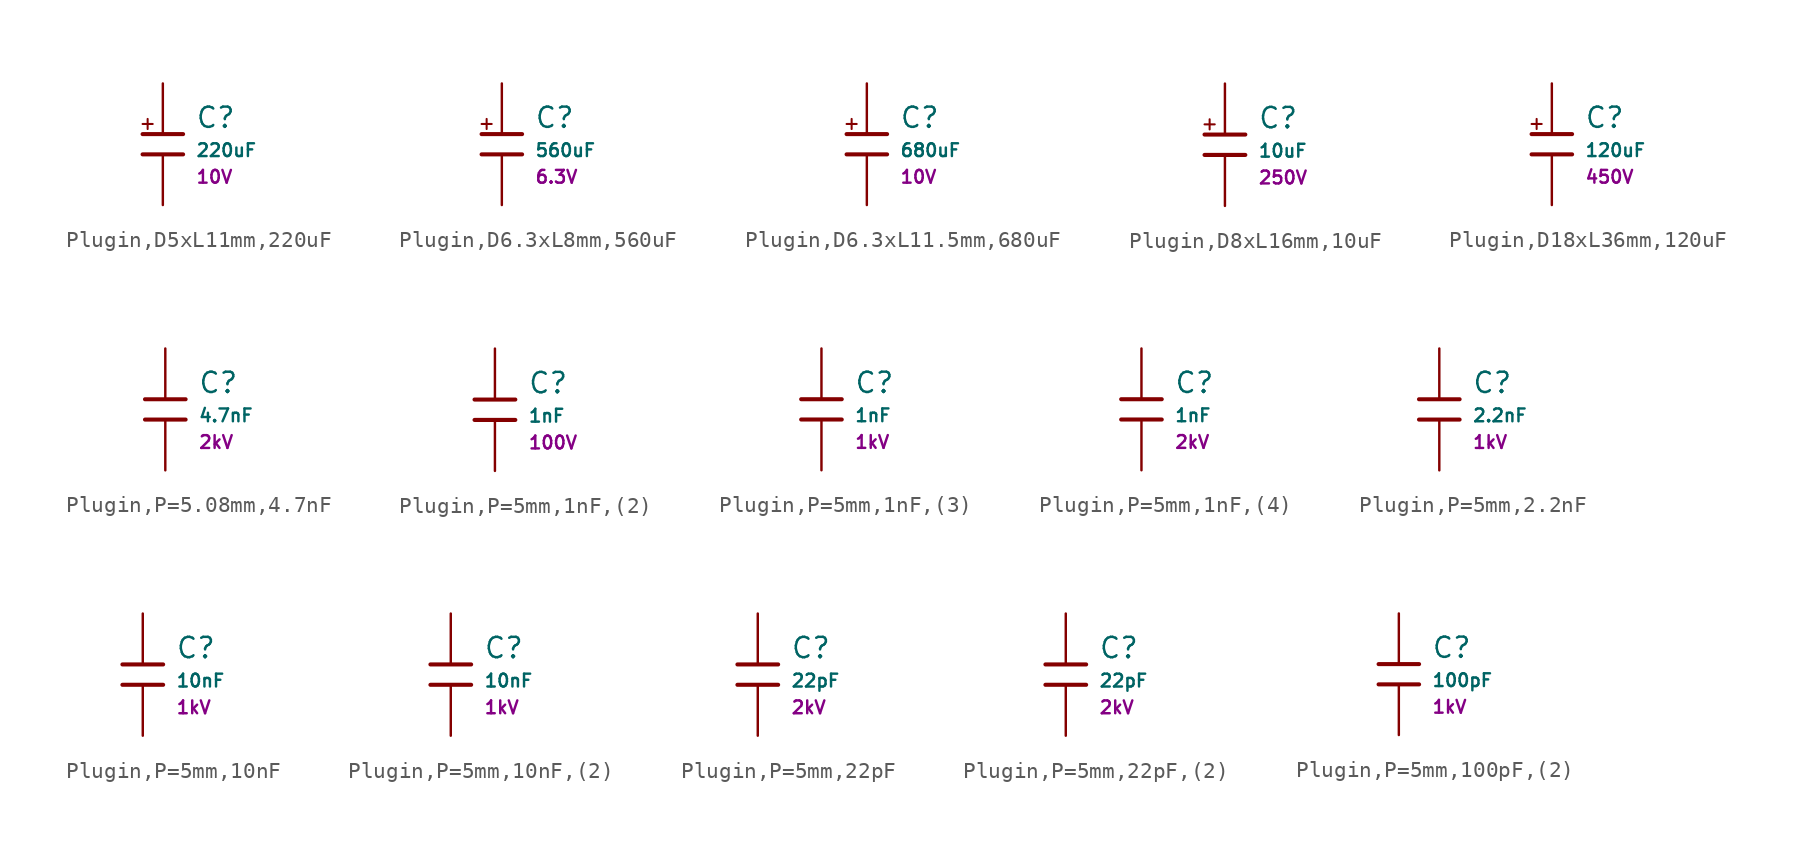
<source format=kicad_sym>
(kicad_symbol_lib
  (version 20231120)
  (generator "CDFER")
  (generator_version "8.0")
  (symbol "Plugin,D5xL11mm,220uF"
    (pin_numbers hide)
    (pin_names
      (offset 0))
    (property "Reference" "C"
      (at 2.032 1.668 0)
      (effects (font (size 1.27 1.27)) (justify left)))
    (property "Value" "220uF"
      (at 2.032 -0.378 0)
      (effects (font (size 0.8 0.8)) (justify left)))
    (property "Voltage Rated" "10V"
      (at 2.032 -2.046 0)
      (effects (font (size 0.8 0.8)) (justify left)))
    (symbol "Plugin,D5xL11mm,220uF_0_1"
      (polyline (pts (xy -1.27 0.635) (xy 1.27 0.635)) (stroke (width 0.254) (type default)) (fill (type none))))
    (symbol "Plugin,D5xL11mm,220uF_0_1"
      (polyline (pts (xy -1.27 -0.635) (xy 1.27 -0.635)) (stroke (width 0.254) (type default)) (fill (type none))))
    (symbol "Plugin,D5xL11mm,220uF_0_1"
      (polyline (pts (xy -1.27 1.27) (xy -0.635 1.27)) (stroke (width 0.127) (type default)) (fill (type none))))
    (symbol "Plugin,D5xL11mm,220uF_0_1"
      (polyline (pts (xy -0.953 1.587) (xy -0.953 0.953)) (stroke (width 0.127) (type default)) (fill (type none))))
    (symbol "Plugin,D5xL11mm,220uF_1_1"
      (pin passive line (at 0 3.81 270) (length 3.175) (name "~" (effects (font (size 1.27 1.27)))) (number "1" (effects (font (size 1.27 1.27)))))
      (pin passive line (at 0 -3.81 90) (length 3.175) (name "~" (effects (font (size 1.27 1.27)))) (number "2" (effects (font (size 1.27 1.27)))))))
  (symbol "Plugin,D6.3xL8mm,560uF"
    (pin_numbers hide)
    (pin_names
      (offset 0))
    (property "Reference" "C"
      (at 2.032 1.668 0)
      (effects (font (size 1.27 1.27)) (justify left)))
    (property "Value" "560uF"
      (at 2.032 -0.378 0)
      (effects (font (size 0.8 0.8)) (justify left)))
    (property "Voltage Rated" "6.3V"
      (at 2.032 -2.046 0)
      (effects (font (size 0.8 0.8)) (justify left)))
    (symbol "Plugin,D6.3xL8mm,560uF_0_1"
      (polyline (pts (xy -1.27 0.635) (xy 1.27 0.635)) (stroke (width 0.254) (type default)) (fill (type none))))
    (symbol "Plugin,D6.3xL8mm,560uF_0_1"
      (polyline (pts (xy -1.27 -0.635) (xy 1.27 -0.635)) (stroke (width 0.254) (type default)) (fill (type none))))
    (symbol "Plugin,D6.3xL8mm,560uF_0_1"
      (polyline (pts (xy -1.27 1.27) (xy -0.635 1.27)) (stroke (width 0.127) (type default)) (fill (type none))))
    (symbol "Plugin,D6.3xL8mm,560uF_0_1"
      (polyline (pts (xy -0.953 1.587) (xy -0.953 0.953)) (stroke (width 0.127) (type default)) (fill (type none))))
    (symbol "Plugin,D6.3xL8mm,560uF_1_1"
      (pin passive line (at 0 3.81 270) (length 3.175) (name "~" (effects (font (size 1.27 1.27)))) (number "1" (effects (font (size 1.27 1.27)))))
      (pin passive line (at 0 -3.81 90) (length 3.175) (name "~" (effects (font (size 1.27 1.27)))) (number "2" (effects (font (size 1.27 1.27)))))))
  (symbol "Plugin,D6.3xL11.5mm,680uF"
    (pin_numbers hide)
    (pin_names
      (offset 0))
    (property "Reference" "C"
      (at 2.032 1.668 0)
      (effects (font (size 1.27 1.27)) (justify left)))
    (property "Value" "680uF"
      (at 2.032 -0.378 0)
      (effects (font (size 0.8 0.8)) (justify left)))
    (property "Voltage Rated" "10V"
      (at 2.032 -2.046 0)
      (effects (font (size 0.8 0.8)) (justify left)))
    (symbol "Plugin,D6.3xL11.5mm,680uF_0_1"
      (polyline (pts (xy -1.27 0.635) (xy 1.27 0.635)) (stroke (width 0.254) (type default)) (fill (type none))))
    (symbol "Plugin,D6.3xL11.5mm,680uF_0_1"
      (polyline (pts (xy -1.27 -0.635) (xy 1.27 -0.635)) (stroke (width 0.254) (type default)) (fill (type none))))
    (symbol "Plugin,D6.3xL11.5mm,680uF_0_1"
      (polyline (pts (xy -1.27 1.27) (xy -0.635 1.27)) (stroke (width 0.127) (type default)) (fill (type none))))
    (symbol "Plugin,D6.3xL11.5mm,680uF_0_1"
      (polyline (pts (xy -0.953 1.587) (xy -0.953 0.953)) (stroke (width 0.127) (type default)) (fill (type none))))
    (symbol "Plugin,D6.3xL11.5mm,680uF_1_1"
      (pin passive line (at 0 3.81 270) (length 3.175) (name "~" (effects (font (size 1.27 1.27)))) (number "1" (effects (font (size 1.27 1.27)))))
      (pin passive line (at 0 -3.81 90) (length 3.175) (name "~" (effects (font (size 1.27 1.27)))) (number "2" (effects (font (size 1.27 1.27)))))))
  (symbol "Plugin,D8xL16mm,10uF"
    (pin_numbers hide)
    (pin_names
      (offset 0))
    (property "Reference" "C"
      (at 2.032 1.668 0)
      (effects (font (size 1.27 1.27)) (justify left)))
    (property "Value" "10uF"
      (at 2.032 -0.378 0)
      (effects (font (size 0.8 0.8)) (justify left)))
    (property "Voltage Rated" "250V"
      (at 2.032 -2.046 0)
      (effects (font (size 0.8 0.8)) (justify left)))
    (symbol "Plugin,D8xL16mm,10uF_0_1"
      (polyline (pts (xy -1.27 0.635) (xy 1.27 0.635)) (stroke (width 0.254) (type default)) (fill (type none))))
    (symbol "Plugin,D8xL16mm,10uF_0_1"
      (polyline (pts (xy -1.27 -0.635) (xy 1.27 -0.635)) (stroke (width 0.254) (type default)) (fill (type none))))
    (symbol "Plugin,D8xL16mm,10uF_0_1"
      (polyline (pts (xy -1.27 1.27) (xy -0.635 1.27)) (stroke (width 0.127) (type default)) (fill (type none))))
    (symbol "Plugin,D8xL16mm,10uF_0_1"
      (polyline (pts (xy -0.953 1.587) (xy -0.953 0.953)) (stroke (width 0.127) (type default)) (fill (type none))))
    (symbol "Plugin,D8xL16mm,10uF_1_1"
      (pin passive line (at 0 3.81 270) (length 3.175) (name "~" (effects (font (size 1.27 1.27)))) (number "1" (effects (font (size 1.27 1.27)))))
      (pin passive line (at 0 -3.81 90) (length 3.175) (name "~" (effects (font (size 1.27 1.27)))) (number "2" (effects (font (size 1.27 1.27)))))))
  (symbol "Plugin,D18xL36mm,120uF"
    (pin_numbers hide)
    (pin_names
      (offset 0))
    (property "Reference" "C"
      (at 2.032 1.668 0)
      (effects (font (size 1.27 1.27)) (justify left)))
    (property "Value" "120uF"
      (at 2.032 -0.378 0)
      (effects (font (size 0.8 0.8)) (justify left)))
    (property "Voltage Rated" "450V"
      (at 2.032 -2.046 0)
      (effects (font (size 0.8 0.8)) (justify left)))
    (symbol "Plugin,D18xL36mm,120uF_0_1"
      (polyline (pts (xy -1.27 0.635) (xy 1.27 0.635)) (stroke (width 0.254) (type default)) (fill (type none))))
    (symbol "Plugin,D18xL36mm,120uF_0_1"
      (polyline (pts (xy -1.27 -0.635) (xy 1.27 -0.635)) (stroke (width 0.254) (type default)) (fill (type none))))
    (symbol "Plugin,D18xL36mm,120uF_0_1"
      (polyline (pts (xy -1.27 1.27) (xy -0.635 1.27)) (stroke (width 0.127) (type default)) (fill (type none))))
    (symbol "Plugin,D18xL36mm,120uF_0_1"
      (polyline (pts (xy -0.953 1.587) (xy -0.953 0.953)) (stroke (width 0.127) (type default)) (fill (type none))))
    (symbol "Plugin,D18xL36mm,120uF_1_1"
      (pin passive line (at 0 3.81 270) (length 3.175) (name "~" (effects (font (size 1.27 1.27)))) (number "1" (effects (font (size 1.27 1.27)))))
      (pin passive line (at 0 -3.81 90) (length 3.175) (name "~" (effects (font (size 1.27 1.27)))) (number "2" (effects (font (size 1.27 1.27)))))))
  (symbol "Plugin,P=5.08mm,4.7nF"
    (pin_numbers hide)
    (pin_names
      (offset 0))
    (property "Reference" "C"
      (at 2.032 1.668 0)
      (effects (font (size 1.27 1.27)) (justify left)))
    (property "Value" "4.7nF"
      (at 2.032 -0.378 0)
      (effects (font (size 0.8 0.8)) (justify left)))
    (property "Voltage Rated" "2kV"
      (at 2.032 -2.046 0)
      (effects (font (size 0.8 0.8)) (justify left)))
    (symbol "Plugin,P=5.08mm,4.7nF_0_1"
      (polyline (pts (xy -1.27 0.635) (xy 1.27 0.635)) (stroke (width 0.254) (type default)) (fill (type none))))
    (symbol "Plugin,P=5.08mm,4.7nF_0_1"
      (polyline (pts (xy -1.27 -0.635) (xy 1.27 -0.635)) (stroke (width 0.254) (type default)) (fill (type none))))
    (symbol "Plugin,P=5.08mm,4.7nF_1_1"
      (pin passive line (at 0 3.81 270) (length 3.175) (name "~" (effects (font (size 1.27 1.27)))) (number "1" (effects (font (size 1.27 1.27)))))
      (pin passive line (at 0 -3.81 90) (length 3.175) (name "~" (effects (font (size 1.27 1.27)))) (number "2" (effects (font (size 1.27 1.27)))))))
  (symbol "Plugin,P=5mm,1nF,(2)"
    (pin_numbers hide)
    (pin_names
      (offset 0))
    (property "Reference" "C"
      (at 2.032 1.668 0)
      (effects (font (size 1.27 1.27)) (justify left)))
    (property "Value" "1nF"
      (at 2.032 -0.378 0)
      (effects (font (size 0.8 0.8)) (justify left)))
    (property "Voltage Rated" "100V"
      (at 2.032 -2.046 0)
      (effects (font (size 0.8 0.8)) (justify left)))
    (symbol "Plugin,P=5mm,1nF,(2)_0_1"
      (polyline (pts (xy -1.27 0.635) (xy 1.27 0.635)) (stroke (width 0.254) (type default)) (fill (type none))))
    (symbol "Plugin,P=5mm,1nF,(2)_0_1"
      (polyline (pts (xy -1.27 -0.635) (xy 1.27 -0.635)) (stroke (width 0.254) (type default)) (fill (type none))))
    (symbol "Plugin,P=5mm,1nF,(2)_1_1"
      (pin passive line (at 0 3.81 270) (length 3.175) (name "~" (effects (font (size 1.27 1.27)))) (number "1" (effects (font (size 1.27 1.27)))))
      (pin passive line (at 0 -3.81 90) (length 3.175) (name "~" (effects (font (size 1.27 1.27)))) (number "2" (effects (font (size 1.27 1.27)))))))
  (symbol "Plugin,P=5mm,1nF,(3)"
    (pin_numbers hide)
    (pin_names
      (offset 0))
    (property "Reference" "C"
      (at 2.032 1.668 0)
      (effects (font (size 1.27 1.27)) (justify left)))
    (property "Value" "1nF"
      (at 2.032 -0.378 0)
      (effects (font (size 0.8 0.8)) (justify left)))
    (property "Voltage Rated" "1kV"
      (at 2.032 -2.046 0)
      (effects (font (size 0.8 0.8)) (justify left)))
    (symbol "Plugin,P=5mm,1nF,(3)_0_1"
      (polyline (pts (xy -1.27 0.635) (xy 1.27 0.635)) (stroke (width 0.254) (type default)) (fill (type none))))
    (symbol "Plugin,P=5mm,1nF,(3)_0_1"
      (polyline (pts (xy -1.27 -0.635) (xy 1.27 -0.635)) (stroke (width 0.254) (type default)) (fill (type none))))
    (symbol "Plugin,P=5mm,1nF,(3)_1_1"
      (pin passive line (at 0 3.81 270) (length 3.175) (name "~" (effects (font (size 1.27 1.27)))) (number "1" (effects (font (size 1.27 1.27)))))
      (pin passive line (at 0 -3.81 90) (length 3.175) (name "~" (effects (font (size 1.27 1.27)))) (number "2" (effects (font (size 1.27 1.27)))))))
  (symbol "Plugin,P=5mm,1nF,(4)"
    (pin_numbers hide)
    (pin_names
      (offset 0))
    (property "Reference" "C"
      (at 2.032 1.668 0)
      (effects (font (size 1.27 1.27)) (justify left)))
    (property "Value" "1nF"
      (at 2.032 -0.378 0)
      (effects (font (size 0.8 0.8)) (justify left)))
    (property "Voltage Rated" "2kV"
      (at 2.032 -2.046 0)
      (effects (font (size 0.8 0.8)) (justify left)))
    (symbol "Plugin,P=5mm,1nF,(4)_0_1"
      (polyline (pts (xy -1.27 0.635) (xy 1.27 0.635)) (stroke (width 0.254) (type default)) (fill (type none))))
    (symbol "Plugin,P=5mm,1nF,(4)_0_1"
      (polyline (pts (xy -1.27 -0.635) (xy 1.27 -0.635)) (stroke (width 0.254) (type default)) (fill (type none))))
    (symbol "Plugin,P=5mm,1nF,(4)_1_1"
      (pin passive line (at 0 3.81 270) (length 3.175) (name "~" (effects (font (size 1.27 1.27)))) (number "1" (effects (font (size 1.27 1.27)))))
      (pin passive line (at 0 -3.81 90) (length 3.175) (name "~" (effects (font (size 1.27 1.27)))) (number "2" (effects (font (size 1.27 1.27)))))))
  (symbol "Plugin,P=5mm,2.2nF"
    (pin_numbers hide)
    (pin_names
      (offset 0))
    (property "Reference" "C"
      (at 2.032 1.668 0)
      (effects (font (size 1.27 1.27)) (justify left)))
    (property "Value" "2.2nF"
      (at 2.032 -0.378 0)
      (effects (font (size 0.8 0.8)) (justify left)))
    (property "Voltage Rated" "1kV"
      (at 2.032 -2.046 0)
      (effects (font (size 0.8 0.8)) (justify left)))
    (symbol "Plugin,P=5mm,2.2nF_0_1"
      (polyline (pts (xy -1.27 0.635) (xy 1.27 0.635)) (stroke (width 0.254) (type default)) (fill (type none))))
    (symbol "Plugin,P=5mm,2.2nF_0_1"
      (polyline (pts (xy -1.27 -0.635) (xy 1.27 -0.635)) (stroke (width 0.254) (type default)) (fill (type none))))
    (symbol "Plugin,P=5mm,2.2nF_1_1"
      (pin passive line (at 0 3.81 270) (length 3.175) (name "~" (effects (font (size 1.27 1.27)))) (number "1" (effects (font (size 1.27 1.27)))))
      (pin passive line (at 0 -3.81 90) (length 3.175) (name "~" (effects (font (size 1.27 1.27)))) (number "2" (effects (font (size 1.27 1.27)))))))
  (symbol "Plugin,P=5mm,10nF"
    (pin_numbers hide)
    (pin_names
      (offset 0))
    (property "Reference" "C"
      (at 2.032 1.668 0)
      (effects (font (size 1.27 1.27)) (justify left)))
    (property "Value" "10nF"
      (at 2.032 -0.378 0)
      (effects (font (size 0.8 0.8)) (justify left)))
    (property "Voltage Rated" "1kV"
      (at 2.032 -2.046 0)
      (effects (font (size 0.8 0.8)) (justify left)))
    (symbol "Plugin,P=5mm,10nF_0_1"
      (polyline (pts (xy -1.27 0.635) (xy 1.27 0.635)) (stroke (width 0.254) (type default)) (fill (type none))))
    (symbol "Plugin,P=5mm,10nF_0_1"
      (polyline (pts (xy -1.27 -0.635) (xy 1.27 -0.635)) (stroke (width 0.254) (type default)) (fill (type none))))
    (symbol "Plugin,P=5mm,10nF_1_1"
      (pin passive line (at 0 3.81 270) (length 3.175) (name "~" (effects (font (size 1.27 1.27)))) (number "1" (effects (font (size 1.27 1.27)))))
      (pin passive line (at 0 -3.81 90) (length 3.175) (name "~" (effects (font (size 1.27 1.27)))) (number "2" (effects (font (size 1.27 1.27)))))))
  (symbol "Plugin,P=5mm,10nF,(2)"
    (pin_numbers hide)
    (pin_names
      (offset 0))
    (property "Reference" "C"
      (at 2.032 1.668 0)
      (effects (font (size 1.27 1.27)) (justify left)))
    (property "Value" "10nF"
      (at 2.032 -0.378 0)
      (effects (font (size 0.8 0.8)) (justify left)))
    (property "Voltage Rated" "1kV"
      (at 2.032 -2.046 0)
      (effects (font (size 0.8 0.8)) (justify left)))
    (symbol "Plugin,P=5mm,10nF,(2)_0_1"
      (polyline (pts (xy -1.27 0.635) (xy 1.27 0.635)) (stroke (width 0.254) (type default)) (fill (type none))))
    (symbol "Plugin,P=5mm,10nF,(2)_0_1"
      (polyline (pts (xy -1.27 -0.635) (xy 1.27 -0.635)) (stroke (width 0.254) (type default)) (fill (type none))))
    (symbol "Plugin,P=5mm,10nF,(2)_1_1"
      (pin passive line (at 0 3.81 270) (length 3.175) (name "~" (effects (font (size 1.27 1.27)))) (number "1" (effects (font (size 1.27 1.27)))))
      (pin passive line (at 0 -3.81 90) (length 3.175) (name "~" (effects (font (size 1.27 1.27)))) (number "2" (effects (font (size 1.27 1.27)))))))
  (symbol "Plugin,P=5mm,22pF"
    (pin_numbers hide)
    (pin_names
      (offset 0))
    (property "Reference" "C"
      (at 2.032 1.668 0)
      (effects (font (size 1.27 1.27)) (justify left)))
    (property "Value" "22pF"
      (at 2.032 -0.378 0)
      (effects (font (size 0.8 0.8)) (justify left)))
    (property "Voltage Rated" "2kV"
      (at 2.032 -2.046 0)
      (effects (font (size 0.8 0.8)) (justify left)))
    (symbol "Plugin,P=5mm,22pF_0_1"
      (polyline (pts (xy -1.27 0.635) (xy 1.27 0.635)) (stroke (width 0.254) (type default)) (fill (type none))))
    (symbol "Plugin,P=5mm,22pF_0_1"
      (polyline (pts (xy -1.27 -0.635) (xy 1.27 -0.635)) (stroke (width 0.254) (type default)) (fill (type none))))
    (symbol "Plugin,P=5mm,22pF_1_1"
      (pin passive line (at 0 3.81 270) (length 3.175) (name "~" (effects (font (size 1.27 1.27)))) (number "1" (effects (font (size 1.27 1.27)))))
      (pin passive line (at 0 -3.81 90) (length 3.175) (name "~" (effects (font (size 1.27 1.27)))) (number "2" (effects (font (size 1.27 1.27)))))))
  (symbol "Plugin,P=5mm,22pF,(2)"
    (pin_numbers hide)
    (pin_names
      (offset 0))
    (property "Reference" "C"
      (at 2.032 1.668 0)
      (effects (font (size 1.27 1.27)) (justify left)))
    (property "Value" "22pF"
      (at 2.032 -0.378 0)
      (effects (font (size 0.8 0.8)) (justify left)))
    (property "Voltage Rated" "2kV"
      (at 2.032 -2.046 0)
      (effects (font (size 0.8 0.8)) (justify left)))
    (symbol "Plugin,P=5mm,22pF,(2)_0_1"
      (polyline (pts (xy -1.27 0.635) (xy 1.27 0.635)) (stroke (width 0.254) (type default)) (fill (type none))))
    (symbol "Plugin,P=5mm,22pF,(2)_0_1"
      (polyline (pts (xy -1.27 -0.635) (xy 1.27 -0.635)) (stroke (width 0.254) (type default)) (fill (type none))))
    (symbol "Plugin,P=5mm,22pF,(2)_1_1"
      (pin passive line (at 0 3.81 270) (length 3.175) (name "~" (effects (font (size 1.27 1.27)))) (number "1" (effects (font (size 1.27 1.27)))))
      (pin passive line (at 0 -3.81 90) (length 3.175) (name "~" (effects (font (size 1.27 1.27)))) (number "2" (effects (font (size 1.27 1.27)))))))
  (symbol "Plugin,P=5mm,100pF,(2)"
    (pin_numbers hide)
    (pin_names
      (offset 0))
    (property "Reference" "C"
      (at 2.032 1.668 0)
      (effects (font (size 1.27 1.27)) (justify left)))
    (property "Value" "100pF"
      (at 2.032 -0.378 0)
      (effects (font (size 0.8 0.8)) (justify left)))
    (property "Voltage Rated" "1kV"
      (at 2.032 -2.046 0)
      (effects (font (size 0.8 0.8)) (justify left)))
    (symbol "Plugin,P=5mm,100pF,(2)_0_1"
      (polyline (pts (xy -1.27 0.635) (xy 1.27 0.635)) (stroke (width 0.254) (type default)) (fill (type none))))
    (symbol "Plugin,P=5mm,100pF,(2)_0_1"
      (polyline (pts (xy -1.27 -0.635) (xy 1.27 -0.635)) (stroke (width 0.254) (type default)) (fill (type none))))
    (symbol "Plugin,P=5mm,100pF,(2)_1_1"
      (pin passive line (at 0 3.81 270) (length 3.175) (name "~" (effects (font (size 1.27 1.27)))) (number "1" (effects (font (size 1.27 1.27)))))
      (pin passive line (at 0 -3.81 90) (length 3.175) (name "~" (effects (font (size 1.27 1.27)))) (number "2" (effects (font (size 1.27 1.27))))))))
</source>
